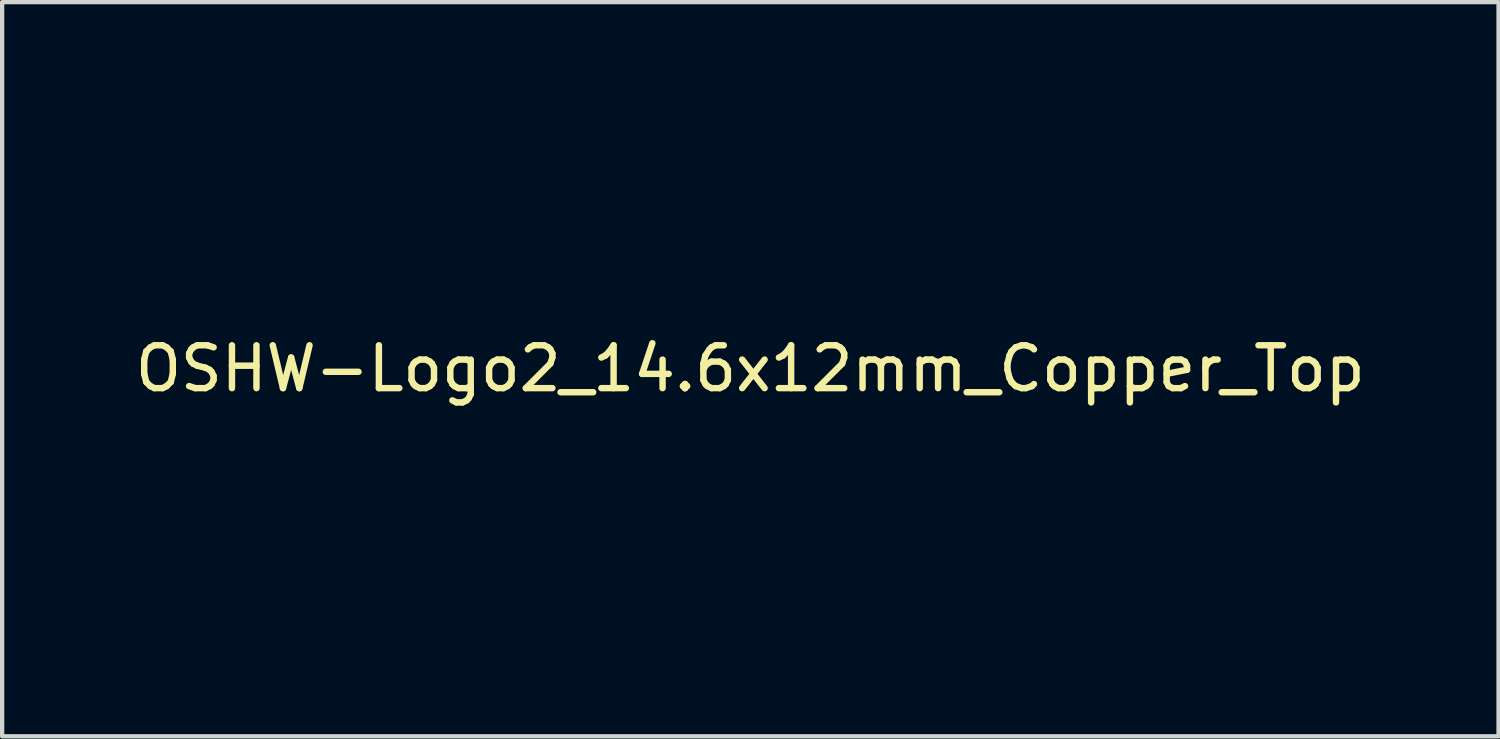
<source format=kicad_pcb>
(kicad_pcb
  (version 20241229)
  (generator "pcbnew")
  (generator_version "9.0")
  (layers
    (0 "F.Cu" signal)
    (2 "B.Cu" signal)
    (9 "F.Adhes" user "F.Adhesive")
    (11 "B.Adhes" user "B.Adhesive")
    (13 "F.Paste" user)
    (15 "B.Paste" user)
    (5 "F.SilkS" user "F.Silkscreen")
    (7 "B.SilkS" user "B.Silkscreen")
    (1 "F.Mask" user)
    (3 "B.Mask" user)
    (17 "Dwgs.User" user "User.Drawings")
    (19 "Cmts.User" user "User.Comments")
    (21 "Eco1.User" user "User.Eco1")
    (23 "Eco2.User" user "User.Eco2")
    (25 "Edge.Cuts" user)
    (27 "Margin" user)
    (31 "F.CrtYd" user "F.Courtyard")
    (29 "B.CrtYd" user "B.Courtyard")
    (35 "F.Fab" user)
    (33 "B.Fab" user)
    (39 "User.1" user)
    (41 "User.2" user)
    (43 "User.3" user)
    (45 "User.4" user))
  (footprint "OSHW-Logo2_14.6x12mm_Copper_Top"
    (layer "F.Cu")
    (at 14.458 5.552)
    (property "Reference" "OSHW-Logo2_14.6x12mm_Copper_Top" (at 0 0 0) (layer "F.SilkS") (effects (font (size 1 1) (thickness 0.15))))
    (attr exclude_from_pos_files exclude_from_bom)
    (fp_poly (pts (xy 5.336 3.94) (xy 5.371 3.955) (xy 5.454 4.021) (xy 5.525 4.117) (xy 5.569 4.218) (xy 5.576 4.269) (xy 5.552 4.339) (xy 5.5 4.376) (xy 5.443 4.398) (xy 5.417 4.402) (xy 5.405 4.372) (xy 5.38 4.307) (xy 5.369 4.277) (xy 5.308 4.175) (xy 5.219 4.124) (xy 5.105 4.126) (xy 5.097 4.128) (xy 5.036 4.157) (xy 4.991 4.213) (xy 4.961 4.303) (xy 4.943 4.435) (xy 4.935 4.614) (xy 4.934 4.709) (xy 4.934 4.86) (xy 4.931 4.962) (xy 4.925 5.028) (xy 4.912 5.066) (xy 4.892 5.088) (xy 4.861 5.104) (xy 4.86 5.105) (xy 4.801 5.129) (xy 4.772 5.138) (xy 4.768 5.111) (xy 4.764 5.035) (xy 4.761 4.92) (xy 4.759 4.775) (xy 4.759 4.67) (xy 4.761 4.466) (xy 4.767 4.311) (xy 4.782 4.196) (xy 4.806 4.113) (xy 4.842 4.051) (xy 4.893 4.003) (xy 4.943 3.969) (xy 5.063 3.925) (xy 5.204 3.915) (xy 5.336 3.94)) (stroke (width 0.01) (type solid)) (fill yes) (layer "F.Mask"))
    (fp_poly (pts (xy -2.583 3.878) (xy -2.489 3.932) (xy -2.424 3.986) (xy -2.376 4.042) (xy -2.343 4.111) (xy -2.323 4.202) (xy -2.311 4.327) (xy -2.307 4.493) (xy -2.306 4.613) (xy -2.306 5.054) (xy -2.431 5.109) (xy -2.555 5.165) (xy -2.569 4.682) (xy -2.575 4.502) (xy -2.582 4.371) (xy -2.589 4.281) (xy -2.6 4.222) (xy -2.614 4.185) (xy -2.634 4.163) (xy -2.64 4.158) (xy -2.736 4.12) (xy -2.833 4.135) (xy -2.89 4.175) (xy -2.914 4.203) (xy -2.93 4.241) (xy -2.94 4.297) (xy -2.946 4.383) (xy -2.948 4.51) (xy -2.949 4.641) (xy -2.949 4.806) (xy -2.952 4.923) (xy -2.961 5.002) (xy -2.981 5.052) (xy -3.015 5.086) (xy -3.068 5.112) (xy -3.138 5.138) (xy -3.215 5.168) (xy -3.206 4.649) (xy -3.202 4.463) (xy -3.198 4.324) (xy -3.192 4.226) (xy -3.183 4.156) (xy -3.169 4.107) (xy -3.15 4.067) (xy -3.127 4.033) (xy -3.015 3.922) (xy -2.878 3.858) (xy -2.73 3.842) (xy -2.583 3.878)) (stroke (width 0.01) (type solid)) (fill yes) (layer "F.Mask"))
    (fp_poly (pts (xy 1.066 3.922) (xy 1.199 3.971) (xy 1.306 4.057) (xy 1.348 4.118) (xy 1.394 4.23) (xy 1.393 4.311) (xy 1.345 4.365) (xy 1.327 4.375) (xy 1.25 4.403) (xy 1.211 4.396) (xy 1.198 4.348) (xy 1.197 4.321) (xy 1.173 4.223) (xy 1.109 4.154) (xy 1.021 4.12) (xy 0.923 4.129) (xy 0.843 4.172) (xy 0.816 4.197) (xy 0.796 4.227) (xy 0.783 4.273) (xy 0.775 4.343) (xy 0.77 4.45) (xy 0.765 4.602) (xy 0.764 4.65) (xy 0.76 4.815) (xy 0.756 4.931) (xy 0.749 5.008) (xy 0.738 5.055) (xy 0.722 5.082) (xy 0.698 5.098) (xy 0.683 5.105) (xy 0.618 5.13) (xy 0.58 5.138) (xy 0.567 5.111) (xy 0.559 5.029) (xy 0.556 4.89) (xy 0.558 4.694) (xy 0.559 4.664) (xy 0.563 4.485) (xy 0.569 4.355) (xy 0.576 4.262) (xy 0.587 4.198) (xy 0.603 4.151) (xy 0.626 4.111) (xy 0.637 4.094) (xy 0.705 4.019) (xy 0.78 3.961) (xy 0.789 3.956) (xy 0.924 3.915) (xy 1.066 3.922)) (stroke (width 0.01) (type solid)) (fill yes) (layer "F.Mask"))
    (fp_poly (pts (xy 3.58 3.94) (xy 3.585 4.017) (xy 3.588 4.133) (xy 3.59 4.281) (xy 3.591 4.435) (xy 3.591 4.959) (xy 3.499 5.051) (xy 3.435 5.108) (xy 3.379 5.131) (xy 3.303 5.13) (xy 3.272 5.126) (xy 3.178 5.115) (xy 3.099 5.109) (xy 3.08 5.108) (xy 3.016 5.112) (xy 2.924 5.121) (xy 2.888 5.126) (xy 2.8 5.133) (xy 2.741 5.118) (xy 2.683 5.072) (xy 2.662 5.051) (xy 2.569 4.959) (xy 2.569 3.98) (xy 2.644 3.946) (xy 2.708 3.921) (xy 2.745 3.912) (xy 2.755 3.94) (xy 2.764 4.018) (xy 2.771 4.136) (xy 2.777 4.288) (xy 2.78 4.416) (xy 2.788 4.919) (xy 2.858 4.929) (xy 2.921 4.922) (xy 2.952 4.9) (xy 2.961 4.858) (xy 2.968 4.77) (xy 2.974 4.645) (xy 2.977 4.496) (xy 2.977 4.419) (xy 2.978 3.976) (xy 3.07 3.944) (xy 3.135 3.922) (xy 3.17 3.912) (xy 3.171 3.912) (xy 3.175 3.94) (xy 3.179 4.016) (xy 3.183 4.133) (xy 3.186 4.279) (xy 3.189 4.416) (xy 3.197 4.919) (xy 3.372 4.919) (xy 3.38 4.46) (xy 3.388 4.001) (xy 3.474 3.956) (xy 3.537 3.926) (xy 3.574 3.912) (xy 3.575 3.912) (xy 3.58 3.94)) (stroke (width 0.01) (type solid)) (fill yes) (layer "F.Mask"))
    (fp_poly (pts (xy -1.255 3.724) (xy -1.247 3.843) (xy -1.237 3.914) (xy -1.223 3.944) (xy -1.203 3.945) (xy -1.197 3.941) (xy -1.111 3.914) (xy -0.999 3.916) (xy -0.886 3.943) (xy -0.814 3.978) (xy -0.742 4.035) (xy -0.688 4.099) (xy -0.652 4.18) (xy -0.629 4.288) (xy -0.617 4.433) (xy -0.613 4.624) (xy -0.613 4.661) (xy -0.613 5.074) (xy -0.705 5.106) (xy -0.77 5.128) (xy -0.806 5.138) (xy -0.807 5.138) (xy -0.811 5.111) (xy -0.814 5.035) (xy -0.816 4.921) (xy -0.817 4.778) (xy -0.817 4.691) (xy -0.818 4.52) (xy -0.82 4.397) (xy -0.825 4.313) (xy -0.834 4.258) (xy -0.849 4.221) (xy -0.871 4.193) (xy -0.885 4.18) (xy -0.979 4.126) (xy -1.082 4.122) (xy -1.175 4.168) (xy -1.192 4.184) (xy -1.217 4.215) (xy -1.235 4.252) (xy -1.246 4.304) (xy -1.252 4.384) (xy -1.255 4.501) (xy -1.255 4.663) (xy -1.255 5.074) (xy -1.347 5.106) (xy -1.413 5.128) (xy -1.448 5.138) (xy -1.45 5.138) (xy -1.452 5.11) (xy -1.455 5.032) (xy -1.457 4.909) (xy -1.458 4.751) (xy -1.459 4.565) (xy -1.46 4.358) (xy -1.46 4.349) (xy -1.46 3.559) (xy -1.365 3.519) (xy -1.27 3.479) (xy -1.255 3.724)) (stroke (width 0.01) (type solid)) (fill yes) (layer "F.Mask"))
    (fp_poly (pts (xy -5.952 3.866) (xy -5.815 3.938) (xy -5.714 4.054) (xy -5.678 4.128) (xy -5.65 4.24) (xy -5.636 4.381) (xy -5.635 4.535) (xy -5.645 4.686) (xy -5.668 4.816) (xy -5.701 4.91) (xy -5.711 4.926) (xy -5.833 5.046) (xy -5.977 5.118) (xy -6.133 5.139) (xy -6.291 5.107) (xy -6.335 5.087) (xy -6.42 5.027) (xy -6.496 4.947) (xy -6.503 4.937) (xy -6.532 4.888) (xy -6.551 4.836) (xy -6.562 4.767) (xy -6.567 4.669) (xy -6.569 4.528) (xy -6.569 4.496) (xy -6.569 4.486) (xy -6.277 4.486) (xy -6.275 4.619) (xy -6.269 4.708) (xy -6.255 4.765) (xy -6.231 4.804) (xy -6.219 4.817) (xy -6.149 4.867) (xy -6.081 4.865) (xy -6.012 4.822) (xy -5.971 4.775) (xy -5.947 4.708) (xy -5.934 4.601) (xy -5.933 4.589) (xy -5.93 4.396) (xy -5.955 4.253) (xy -6.005 4.16) (xy -6.082 4.119) (xy -6.109 4.117) (xy -6.181 4.128) (xy -6.23 4.167) (xy -6.26 4.242) (xy -6.274 4.361) (xy -6.277 4.486) (xy -6.569 4.486) (xy -6.568 4.346) (xy -6.563 4.241) (xy -6.553 4.168) (xy -6.536 4.114) (xy -6.509 4.067) (xy -6.503 4.058) (xy -6.404 3.939) (xy -6.296 3.87) (xy -6.164 3.843) (xy -6.119 3.841) (xy -5.952 3.866)) (stroke (width 0.01) (type solid)) (fill yes) (layer "F.Mask"))
    (fp_poly (pts (xy 6.343 3.957) (xy 6.459 4.032) (xy 6.515 4.1) (xy 6.559 4.222) (xy 6.562 4.319) (xy 6.554 4.449) (xy 6.255 4.58) (xy 6.11 4.647) (xy 6.015 4.701) (xy 5.965 4.747) (xy 5.957 4.793) (xy 5.984 4.843) (xy 6.014 4.876) (xy 6.102 4.929) (xy 6.198 4.932) (xy 6.286 4.891) (xy 6.351 4.809) (xy 6.362 4.78) (xy 6.418 4.69) (xy 6.482 4.651) (xy 6.569 4.618) (xy 6.569 4.743) (xy 6.561 4.828) (xy 6.531 4.9) (xy 6.468 4.982) (xy 6.458 4.993) (xy 6.388 5.066) (xy 6.327 5.106) (xy 6.251 5.124) (xy 6.188 5.13) (xy 6.075 5.131) (xy 5.995 5.113) (xy 5.945 5.085) (xy 5.867 5.024) (xy 5.812 4.958) (xy 5.778 4.874) (xy 5.759 4.762) (xy 5.752 4.609) (xy 5.752 4.531) (xy 5.754 4.438) (xy 5.93 4.438) (xy 5.932 4.488) (xy 5.937 4.496) (xy 5.971 4.485) (xy 6.043 4.455) (xy 6.14 4.414) (xy 6.16 4.405) (xy 6.282 4.342) (xy 6.35 4.288) (xy 6.364 4.237) (xy 6.329 4.185) (xy 6.3 4.162) (xy 6.194 4.116) (xy 6.095 4.124) (xy 6.013 4.18) (xy 5.956 4.279) (xy 5.937 4.357) (xy 5.93 4.438) (xy 5.754 4.438) (xy 5.755 4.349) (xy 5.769 4.215) (xy 5.797 4.117) (xy 5.842 4.045) (xy 5.907 3.988) (xy 5.935 3.969) (xy 6.065 3.921) (xy 6.206 3.918) (xy 6.343 3.957)) (stroke (width 0.01) (type solid)) (fill yes) (layer "F.Mask"))
    (fp_poly (pts (xy 2.394 4.154) (xy 2.394 4.373) (xy 2.392 4.541) (xy 2.389 4.666) (xy 2.384 4.757) (xy 2.375 4.822) (xy 2.364 4.869) (xy 2.348 4.906) (xy 2.336 4.927) (xy 2.236 5.041) (xy 2.111 5.112) (xy 1.971 5.138) (xy 1.832 5.114) (xy 1.749 5.072) (xy 1.662 4.999) (xy 1.602 4.911) (xy 1.566 4.794) (xy 1.55 4.639) (xy 1.547 4.525) (xy 1.548 4.517) (xy 1.752 4.517) (xy 1.753 4.648) (xy 1.759 4.734) (xy 1.772 4.791) (xy 1.795 4.832) (xy 1.823 4.862) (xy 1.918 4.922) (xy 2.019 4.927) (xy 2.115 4.877) (xy 2.122 4.871) (xy 2.154 4.836) (xy 2.174 4.794) (xy 2.185 4.732) (xy 2.189 4.636) (xy 2.19 4.529) (xy 2.188 4.396) (xy 2.182 4.307) (xy 2.169 4.248) (xy 2.145 4.206) (xy 2.126 4.184) (xy 2.038 4.128) (xy 1.936 4.121) (xy 1.838 4.164) (xy 1.819 4.18) (xy 1.787 4.215) (xy 1.767 4.258) (xy 1.757 4.32) (xy 1.752 4.417) (xy 1.752 4.517) (xy 1.548 4.517) (xy 1.555 4.342) (xy 1.578 4.204) (xy 1.624 4.101) (xy 1.694 4.02) (xy 1.749 3.978) (xy 1.848 3.934) (xy 1.964 3.913) (xy 2.071 3.919) (xy 2.131 3.941) (xy 2.155 3.947) (xy 2.17 3.924) (xy 2.181 3.86) (xy 2.19 3.763) (xy 2.199 3.655) (xy 2.211 3.589) (xy 2.234 3.552) (xy 2.274 3.528) (xy 2.299 3.517) (xy 2.394 3.477) (xy 2.394 4.154)) (stroke (width 0.01) (type solid)) (fill yes) (layer "F.Mask"))
    (fp_poly (pts (xy -3.684 3.885) (xy -3.569 3.962) (xy -3.48 4.074) (xy -3.427 4.216) (xy -3.417 4.321) (xy -3.418 4.365) (xy -3.428 4.398) (xy -3.456 4.428) (xy -3.511 4.461) (xy -3.601 4.505) (xy -3.736 4.565) (xy -3.737 4.565) (xy -3.861 4.622) (xy -3.963 4.673) (xy -4.032 4.711) (xy -4.058 4.733) (xy -4.058 4.733) (xy -4.035 4.78) (xy -3.982 4.831) (xy -3.921 4.868) (xy -3.889 4.876) (xy -3.805 4.85) (xy -3.732 4.786) (xy -3.696 4.716) (xy -3.662 4.664) (xy -3.595 4.605) (xy -3.516 4.554) (xy -3.446 4.527) (xy -3.432 4.525) (xy -3.415 4.55) (xy -3.414 4.614) (xy -3.426 4.701) (xy -3.449 4.793) (xy -3.48 4.873) (xy -3.482 4.877) (xy -3.575 5.007) (xy -3.696 5.095) (xy -3.833 5.139) (xy -3.975 5.134) (xy -4.112 5.077) (xy -4.118 5.073) (xy -4.225 4.975) (xy -4.296 4.848) (xy -4.335 4.682) (xy -4.34 4.635) (xy -4.349 4.413) (xy -4.338 4.31) (xy -4.058 4.31) (xy -4.055 4.375) (xy -4.035 4.393) (xy -3.985 4.379) (xy -3.907 4.346) (xy -3.819 4.304) (xy -3.817 4.303) (xy -3.743 4.264) (xy -3.713 4.238) (xy -3.721 4.211) (xy -3.751 4.175) (xy -3.83 4.123) (xy -3.915 4.119) (xy -3.991 4.157) (xy -4.043 4.23) (xy -4.058 4.31) (xy -4.338 4.31) (xy -4.33 4.236) (xy -4.281 4.096) (xy -4.213 3.997) (xy -4.09 3.898) (xy -3.954 3.849) (xy -3.816 3.846) (xy -3.684 3.885)) (stroke (width 0.01) (type solid)) (fill yes) (layer "F.Mask"))
    (fp_poly (pts (xy 0.08 3.924) (xy 0.194 3.967) (xy 0.196 3.968) (xy 0.266 4.02) (xy 0.319 4.081) (xy 0.355 4.16) (xy 0.38 4.267) (xy 0.394 4.413) (xy 0.403 4.605) (xy 0.404 4.633) (xy 0.414 5.047) (xy 0.325 5.092) (xy 0.261 5.123) (xy 0.222 5.138) (xy 0.22 5.138) (xy 0.214 5.111) (xy 0.208 5.038) (xy 0.205 4.931) (xy 0.204 4.844) (xy 0.204 4.704) (xy 0.198 4.616) (xy 0.176 4.574) (xy 0.128 4.572) (xy 0.045 4.604) (xy -0.08 4.662) (xy -0.172 4.711) (xy -0.22 4.753) (xy -0.234 4.799) (xy -0.234 4.801) (xy -0.211 4.88) (xy -0.143 4.923) (xy -0.039 4.929) (xy 0.036 4.928) (xy 0.076 4.95) (xy 0.1 5.002) (xy 0.115 5.068) (xy 0.094 5.105) (xy 0.087 5.11) (xy 0.014 5.132) (xy -0.087 5.135) (xy -0.192 5.121) (xy -0.266 5.095) (xy -0.368 5.008) (xy -0.426 4.887) (xy -0.438 4.792) (xy -0.429 4.707) (xy -0.397 4.637) (xy -0.334 4.576) (xy -0.232 4.514) (xy -0.082 4.444) (xy -0.073 4.44) (xy 0.062 4.378) (xy 0.145 4.326) (xy 0.181 4.28) (xy 0.173 4.234) (xy 0.126 4.18) (xy 0.112 4.168) (xy 0.017 4.12) (xy -0.081 4.122) (xy -0.166 4.169) (xy -0.223 4.256) (xy -0.228 4.273) (xy -0.279 4.356) (xy -0.344 4.395) (xy -0.438 4.435) (xy -0.438 4.333) (xy -0.409 4.184) (xy -0.325 4.048) (xy -0.28 4.002) (xy -0.18 3.944) (xy -0.052 3.917) (xy 0.08 3.924)) (stroke (width 0.01) (type solid)) (fill yes) (layer "F.Mask"))
    (fp_poly (pts (xy -4.828 3.862) (xy -4.717 3.918) (xy -4.618 4.02) (xy -4.591 4.058) (xy -4.561 4.107) (xy -4.542 4.161) (xy -4.531 4.233) (xy -4.526 4.337) (xy -4.525 4.474) (xy -4.53 4.662) (xy -4.547 4.803) (xy -4.58 4.908) (xy -4.632 4.988) (xy -4.706 5.055) (xy -4.711 5.059) (xy -4.785 5.099) (xy -4.873 5.119) (xy -4.985 5.124) (xy -5.167 5.124) (xy -5.168 5.301) (xy -5.169 5.399) (xy -5.18 5.457) (xy -5.207 5.492) (xy -5.258 5.521) (xy -5.271 5.527) (xy -5.329 5.555) (xy -5.374 5.573) (xy -5.407 5.574) (xy -5.431 5.554) (xy -5.446 5.506) (xy -5.454 5.424) (xy -5.458 5.303) (xy -5.457 5.136) (xy -5.454 4.919) (xy -5.454 4.854) (xy -5.451 4.63) (xy -5.448 4.483) (xy -5.168 4.483) (xy -5.166 4.607) (xy -5.159 4.689) (xy -5.143 4.743) (xy -5.115 4.784) (xy -5.096 4.804) (xy -5.018 4.863) (xy -4.949 4.868) (xy -4.877 4.819) (xy -4.876 4.817) (xy -4.847 4.78) (xy -4.829 4.728) (xy -4.82 4.65) (xy -4.817 4.529) (xy -4.817 4.503) (xy -4.824 4.337) (xy -4.846 4.222) (xy -4.885 4.151) (xy -4.945 4.12) (xy -4.979 4.117) (xy -5.061 4.131) (xy -5.118 4.181) (xy -5.151 4.27) (xy -5.166 4.407) (xy -5.168 4.483) (xy -5.448 4.483) (xy -5.448 4.456) (xy -5.444 4.325) (xy -5.438 4.23) (xy -5.43 4.162) (xy -5.419 4.115) (xy -5.404 4.079) (xy -5.385 4.048) (xy -5.377 4.036) (xy -5.267 3.925) (xy -5.129 3.862) (xy -4.968 3.844) (xy -4.828 3.862)) (stroke (width 0.01) (type solid)) (fill yes) (layer "F.Mask"))
    (fp_poly (pts (xy 4.314 3.935) (xy 4.398 3.973) (xy 4.464 4.02) (xy 4.513 4.072) (xy 4.546 4.138) (xy 4.567 4.23) (xy 4.579 4.355) (xy 4.583 4.525) (xy 4.584 4.636) (xy 4.584 5.071) (xy 4.509 5.105) (xy 4.451 5.129) (xy 4.422 5.138) (xy 4.416 5.111) (xy 4.412 5.038) (xy 4.409 4.931) (xy 4.409 4.846) (xy 4.406 4.724) (xy 4.399 4.627) (xy 4.39 4.567) (xy 4.382 4.554) (xy 4.33 4.567) (xy 4.249 4.601) (xy 4.155 4.645) (xy 4.065 4.694) (xy 3.995 4.737) (xy 3.963 4.767) (xy 3.963 4.767) (xy 3.965 4.822) (xy 3.99 4.874) (xy 4.035 4.917) (xy 4.099 4.931) (xy 4.154 4.929) (xy 4.232 4.928) (xy 4.273 4.946) (xy 4.297 4.995) (xy 4.3 5.004) (xy 4.311 5.073) (xy 4.283 5.114) (xy 4.208 5.134) (xy 4.128 5.138) (xy 3.984 5.111) (xy 3.909 5.072) (xy 3.817 4.98) (xy 3.768 4.868) (xy 3.764 4.749) (xy 3.805 4.638) (xy 3.867 4.569) (xy 3.929 4.53) (xy 4.027 4.481) (xy 4.141 4.431) (xy 4.16 4.424) (xy 4.285 4.369) (xy 4.357 4.32) (xy 4.38 4.272) (xy 4.358 4.217) (xy 4.321 4.175) (xy 4.233 4.123) (xy 4.137 4.119) (xy 4.048 4.159) (xy 3.984 4.239) (xy 3.976 4.26) (xy 3.927 4.336) (xy 3.856 4.393) (xy 3.766 4.439) (xy 3.766 4.308) (xy 3.771 4.227) (xy 3.794 4.164) (xy 3.844 4.096) (xy 3.893 4.044) (xy 3.968 3.97) (xy 4.026 3.931) (xy 4.088 3.915) (xy 4.159 3.912) (xy 4.314 3.935)) (stroke (width 0.01) (type solid)) (fill yes) (layer "F.Mask"))
    (fp_poly (pts (xy 0.209 -5.547) (xy 0.367 -5.546) (xy 0.481 -5.544) (xy 0.559 -5.539) (xy 0.609 -5.532) (xy 0.636 -5.521) (xy 0.65 -5.505) (xy 0.656 -5.484) (xy 0.657 -5.481) (xy 0.667 -5.433) (xy 0.686 -5.337) (xy 0.711 -5.204) (xy 0.741 -5.045) (xy 0.774 -4.868) (xy 0.775 -4.862) (xy 0.807 -4.689) (xy 0.838 -4.537) (xy 0.865 -4.413) (xy 0.885 -4.328) (xy 0.898 -4.291) (xy 0.898 -4.29) (xy 0.935 -4.272) (xy 1.011 -4.242) (xy 1.109 -4.206) (xy 1.109 -4.205) (xy 1.233 -4.159) (xy 1.379 -4.099) (xy 1.517 -4.04) (xy 1.523 -4.037) (xy 1.747 -3.935) (xy 2.244 -4.274) (xy 2.396 -4.377) (xy 2.534 -4.47) (xy 2.649 -4.546) (xy 2.735 -4.601) (xy 2.782 -4.629) (xy 2.786 -4.631) (xy 2.82 -4.621) (xy 2.884 -4.577) (xy 2.98 -4.495) (xy 3.11 -4.373) (xy 3.243 -4.244) (xy 3.372 -4.116) (xy 3.487 -4) (xy 3.581 -3.902) (xy 3.648 -3.829) (xy 3.681 -3.79) (xy 3.682 -3.788) (xy 3.686 -3.76) (xy 3.672 -3.716) (xy 3.638 -3.648) (xy 3.579 -3.551) (xy 3.493 -3.418) (xy 3.378 -3.248) (xy 3.276 -3.097) (xy 3.185 -2.963) (xy 3.11 -2.851) (xy 3.056 -2.771) (xy 3.029 -2.73) (xy 3.028 -2.727) (xy 3.031 -2.687) (xy 3.056 -2.61) (xy 3.098 -2.511) (xy 3.113 -2.479) (xy 3.178 -2.337) (xy 3.247 -2.176) (xy 3.304 -2.036) (xy 3.344 -1.933) (xy 3.377 -1.854) (xy 3.395 -1.813) (xy 3.397 -1.81) (xy 3.432 -1.805) (xy 3.513 -1.791) (xy 3.629 -1.769) (xy 3.771 -1.743) (xy 3.927 -1.713) (xy 4.087 -1.683) (xy 4.239 -1.653) (xy 4.374 -1.627) (xy 4.479 -1.606) (xy 4.546 -1.593) (xy 4.562 -1.589) (xy 4.579 -1.579) (xy 4.591 -1.557) (xy 4.6 -1.516) (xy 4.607 -1.449) (xy 4.61 -1.347) (xy 4.612 -1.204) (xy 4.613 -1.013) (xy 4.613 -0.934) (xy 4.613 -0.296) (xy 4.46 -0.266) (xy 4.374 -0.249) (xy 4.247 -0.225) (xy 4.093 -0.197) (xy 3.929 -0.167) (xy 3.883 -0.158) (xy 3.731 -0.129) (xy 3.598 -0.1) (xy 3.497 -0.074) (xy 3.437 -0.054) (xy 3.427 -0.048) (xy 3.402 -0.005) (xy 3.367 0.076) (xy 3.328 0.182) (xy 3.32 0.204) (xy 3.269 0.345) (xy 3.206 0.504) (xy 3.144 0.646) (xy 3.144 0.647) (xy 3.04 0.87) (xy 3.72 1.87) (xy 3.284 2.307) (xy 3.152 2.437) (xy 3.031 2.552) (xy 2.929 2.645) (xy 2.852 2.711) (xy 2.807 2.742) (xy 2.801 2.744) (xy 2.763 2.729) (xy 2.686 2.684) (xy 2.577 2.617) (xy 2.447 2.533) (xy 2.305 2.438) (xy 2.161 2.341) (xy 2.033 2.257) (xy 1.929 2.19) (xy 1.857 2.147) (xy 1.824 2.131) (xy 1.785 2.144) (xy 1.71 2.179) (xy 1.614 2.227) (xy 1.604 2.233) (xy 1.476 2.297) (xy 1.389 2.328) (xy 1.334 2.329) (xy 1.306 2.3) (xy 1.305 2.299) (xy 1.291 2.264) (xy 1.257 2.182) (xy 1.206 2.059) (xy 1.141 1.9) (xy 1.064 1.714) (xy 0.977 1.505) (xy 0.894 1.302) (xy 0.802 1.079) (xy 0.717 0.872) (xy 0.643 0.688) (xy 0.581 0.533) (xy 0.534 0.414) (xy 0.505 0.336) (xy 0.496 0.307) (xy 0.519 0.274) (xy 0.577 0.221) (xy 0.656 0.163) (xy 0.879 -0.022) (xy 1.053 -0.234) (xy 1.176 -0.468) (xy 1.247 -0.721) (xy 1.262 -0.987) (xy 1.251 -1.109) (xy 1.189 -1.364) (xy 1.082 -1.589) (xy 0.937 -1.782) (xy 0.76 -1.941) (xy 0.559 -2.063) (xy 0.339 -2.147) (xy 0.107 -2.19) (xy -0.13 -2.189) (xy -0.365 -2.144) (xy -0.592 -2.05) (xy -0.804 -1.907) (xy -0.892 -1.827) (xy -1.062 -1.619) (xy -1.18 -1.392) (xy -1.248 -1.153) (xy -1.265 -0.907) (xy -1.233 -0.662) (xy -1.153 -0.424) (xy -1.025 -0.2) (xy -0.851 0.003) (xy -0.656 0.163) (xy -0.574 0.224) (xy -0.517 0.276) (xy -0.496 0.307) (xy -0.507 0.342) (xy -0.538 0.423) (xy -0.586 0.546) (xy -0.649 0.704) (xy -0.725 0.891) (xy -0.81 1.099) (xy -0.894 1.302) (xy -0.986 1.526) (xy -1.072 1.733) (xy -1.148 1.917) (xy -1.212 2.072) (xy -1.262 2.192) (xy -1.294 2.27) (xy -1.306 2.299) (xy -1.334 2.329) (xy -1.388 2.329) (xy -1.476 2.297) (xy -1.603 2.233) (xy -1.604 2.233) (xy -1.701 2.183) (xy -1.778 2.147) (xy -1.822 2.131) (xy -1.824 2.131) (xy -1.857 2.147) (xy -1.93 2.191) (xy -2.035 2.258) (xy -2.163 2.342) (xy -2.305 2.438) (xy -2.45 2.535) (xy -2.58 2.619) (xy -2.688 2.686) (xy -2.764 2.729) (xy -2.801 2.744) (xy -2.835 2.724) (xy -2.902 2.669) (xy -2.997 2.584) (xy -3.112 2.475) (xy -3.242 2.349) (xy -3.284 2.307) (xy -3.72 1.87) (xy -3.388 1.382) (xy -3.287 1.233) (xy -3.198 1.098) (xy -3.127 0.987) (xy -3.078 0.907) (xy -3.056 0.865) (xy -3.056 0.862) (xy -3.067 0.823) (xy -3.098 0.744) (xy -3.143 0.639) (xy -3.174 0.568) (xy -3.233 0.433) (xy -3.289 0.296) (xy -3.332 0.181) (xy -3.343 0.146) (xy -3.376 0.052) (xy -3.409 -0.02) (xy -3.427 -0.048) (xy -3.466 -0.064) (xy -3.552 -0.088) (xy -3.673 -0.116) (xy -3.818 -0.146) (xy -3.883 -0.158) (xy -4.048 -0.189) (xy -4.206 -0.218) (xy -4.343 -0.243) (xy -4.441 -0.262) (xy -4.46 -0.266) (xy -4.613 -0.296) (xy -4.613 -0.934) (xy -4.613 -1.144) (xy -4.611 -1.303) (xy -4.608 -1.418) (xy -4.603 -1.497) (xy -4.595 -1.546) (xy -4.583 -1.573) (xy -4.568 -1.586) (xy -4.562 -1.589) (xy -4.524 -1.597) (xy -4.44 -1.614) (xy -4.321 -1.637) (xy -4.178 -1.665) (xy -4.022 -1.695) (xy -3.862 -1.725) (xy -3.711 -1.754) (xy -3.578 -1.779) (xy -3.475 -1.797) (xy -3.412 -1.808) (xy -3.397 -1.81) (xy -3.385 -1.835) (xy -3.357 -1.902) (xy -3.318 -1.999) (xy -3.304 -2.036) (xy -3.245 -2.182) (xy -3.175 -2.343) (xy -3.113 -2.479) (xy -3.067 -2.582) (xy -3.036 -2.668) (xy -3.026 -2.72) (xy -3.028 -2.727) (xy -3.049 -2.76) (xy -3.098 -2.833) (xy -3.17 -2.939) (xy -3.258 -3.07) (xy -3.359 -3.218) (xy -3.379 -3.247) (xy -3.495 -3.42) (xy -3.581 -3.552) (xy -3.639 -3.648) (xy -3.673 -3.716) (xy -3.686 -3.76) (xy -3.683 -3.787) (xy -3.683 -3.787) (xy -3.654 -3.823) (xy -3.59 -3.893) (xy -3.498 -3.988) (xy -3.385 -4.103) (xy -3.258 -4.23) (xy -3.243 -4.244) (xy -3.083 -4.399) (xy -2.959 -4.513) (xy -2.87 -4.588) (xy -2.812 -4.626) (xy -2.786 -4.631) (xy -2.749 -4.609) (xy -2.671 -4.56) (xy -2.562 -4.488) (xy -2.428 -4.399) (xy -2.279 -4.298) (xy -2.244 -4.274) (xy -1.747 -3.935) (xy -1.523 -4.037) (xy -1.387 -4.096) (xy -1.241 -4.156) (xy -1.115 -4.203) (xy -1.109 -4.205) (xy -1.011 -4.241) (xy -0.935 -4.272) (xy -0.898 -4.29) (xy -0.898 -4.29) (xy -0.886 -4.323) (xy -0.867 -4.405) (xy -0.84 -4.525) (xy -0.81 -4.676) (xy -0.777 -4.848) (xy -0.775 -4.862) (xy -0.742 -5.039) (xy -0.712 -5.199) (xy -0.686 -5.333) (xy -0.667 -5.43) (xy -0.657 -5.481) (xy -0.657 -5.481) (xy -0.651 -5.503) (xy -0.638 -5.519) (xy -0.613 -5.531) (xy -0.566 -5.539) (xy -0.492 -5.543) (xy -0.382 -5.546) (xy -0.229 -5.547) (xy -0.026 -5.547) (xy 0 -5.547) (xy 0.209 -5.547)) (stroke (width 0.01) (type solid)) (fill yes) (layer "F.Mask")))
  (gr_rect
    (start -3 -3)
    (end 31.917 14.131)
    (stroke (width 0.1) (type default))
    (fill no)
    (layer "Edge.Cuts")))
</source>
